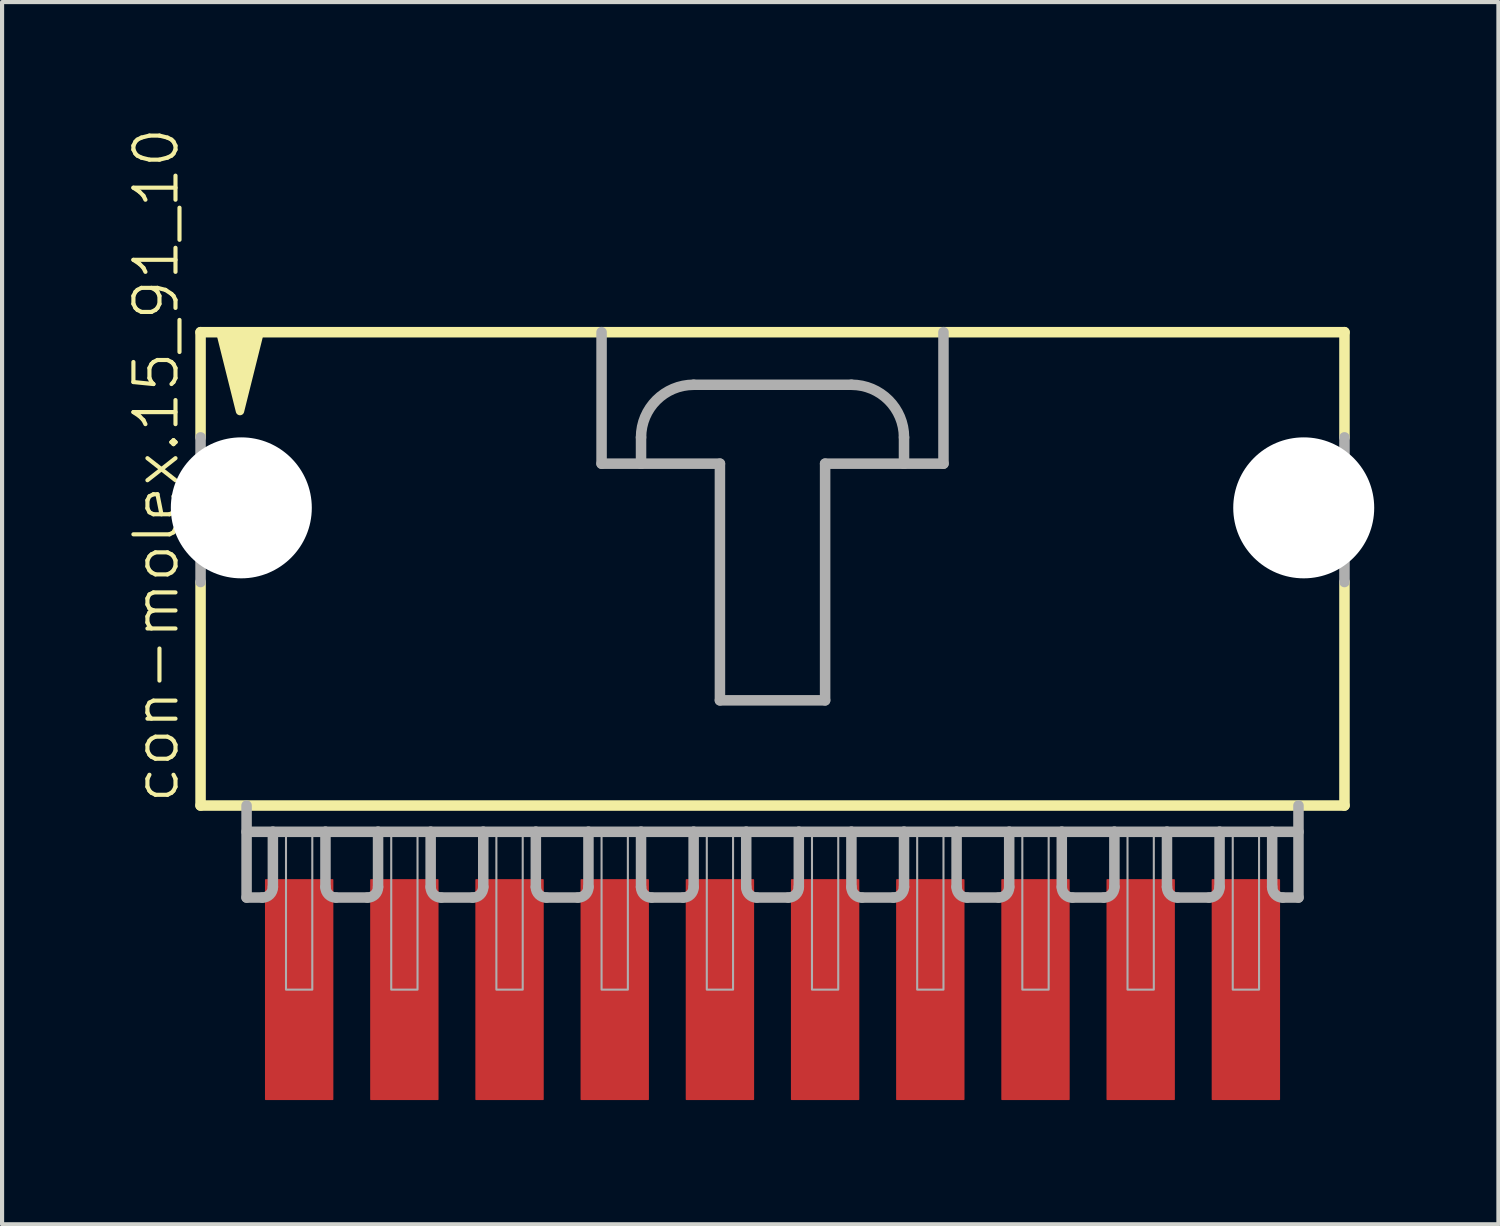
<source format=kicad_pcb>
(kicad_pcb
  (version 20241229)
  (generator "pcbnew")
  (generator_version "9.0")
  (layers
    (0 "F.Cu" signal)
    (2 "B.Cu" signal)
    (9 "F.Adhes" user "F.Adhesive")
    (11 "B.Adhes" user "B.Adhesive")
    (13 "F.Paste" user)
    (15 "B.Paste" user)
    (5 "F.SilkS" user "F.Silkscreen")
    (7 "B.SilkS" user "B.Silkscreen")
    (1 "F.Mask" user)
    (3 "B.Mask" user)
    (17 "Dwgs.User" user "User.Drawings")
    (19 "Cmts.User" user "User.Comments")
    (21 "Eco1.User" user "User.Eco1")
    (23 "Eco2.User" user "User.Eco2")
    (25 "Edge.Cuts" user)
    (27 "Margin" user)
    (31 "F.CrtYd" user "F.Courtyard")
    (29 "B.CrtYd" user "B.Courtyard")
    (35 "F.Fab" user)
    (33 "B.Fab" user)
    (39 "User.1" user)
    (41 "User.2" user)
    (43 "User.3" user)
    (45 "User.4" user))
  (footprint "con-molex.15_91_10"
    (layer "F.Cu")
    (at 15.604 10.051)
    (property "Reference" "con-molex.15_91_10" (at -14.287 6.35 90) (layer "F.SilkS") (effects (font (size 1.016 1.016) (thickness 0.1)) (justify left bottom)))
    (attr smd)
    (fp_line (start -13.811 -5.08) (end -13.811 -2.54) (stroke (width 0.254) (type default)) (layer "F.SilkS"))
    (fp_line (start -13.811 0.953) (end -13.811 6.35) (stroke (width 0.254) (type default)) (layer "F.SilkS"))
    (fp_line (start -13.811 6.35) (end 13.811 6.35) (stroke (width 0.254) (type default)) (layer "F.SilkS"))
    (fp_line (start 13.811 -5.08) (end -13.811 -5.08) (stroke (width 0.254) (type default)) (layer "F.SilkS"))
    (fp_line (start 13.811 -2.54) (end 13.811 -5.08) (stroke (width 0.254) (type default)) (layer "F.SilkS"))
    (fp_line (start 13.811 6.35) (end 13.811 0.953) (stroke (width 0.254) (type default)) (layer "F.SilkS"))
    (fp_poly (pts (xy -13.335 -5.08) (xy -12.859 -3.175) (xy -12.383 -5.08)) (stroke (width 0.203) (type default)) (fill yes) (layer "F.SilkS"))
    (fp_line (start -13.811 -2.54) (end -13.811 0.953) (stroke (width 0.254) (type default)) (layer "F.Fab"))
    (fp_line (start -12.7 6.35) (end -12.7 8.572) (stroke (width 0.254) (type default)) (layer "F.Fab"))
    (fp_line (start -12.7 6.985) (end -12.065 6.985) (stroke (width 0.254) (type default)) (layer "F.Fab"))
    (fp_line (start -12.319 8.572) (end -12.7 8.572) (stroke (width 0.254) (type default)) (layer "F.Fab"))
    (fp_line (start -12.065 6.985) (end -12.065 8.319) (stroke (width 0.254) (type default)) (layer "F.Fab"))
    (fp_line (start -12.065 6.985) (end -10.795 6.985) (stroke (width 0.254) (type default)) (layer "F.Fab"))
    (fp_line (start -10.795 6.985) (end -10.795 8.319) (stroke (width 0.254) (type default)) (layer "F.Fab"))
    (fp_line (start -10.795 6.985) (end -9.525 6.985) (stroke (width 0.254) (type default)) (layer "F.Fab"))
    (fp_line (start -9.779 8.572) (end -10.541 8.572) (stroke (width 0.254) (type default)) (layer "F.Fab"))
    (fp_line (start -9.525 6.985) (end -9.525 8.319) (stroke (width 0.254) (type default)) (layer "F.Fab"))
    (fp_line (start -9.525 6.985) (end -8.255 6.985) (stroke (width 0.254) (type default)) (layer "F.Fab"))
    (fp_line (start -8.255 6.985) (end -8.255 8.319) (stroke (width 0.254) (type default)) (layer "F.Fab"))
    (fp_line (start -8.255 6.985) (end -6.985 6.985) (stroke (width 0.254) (type default)) (layer "F.Fab"))
    (fp_line (start -7.239 8.572) (end -8.001 8.572) (stroke (width 0.254) (type default)) (layer "F.Fab"))
    (fp_line (start -6.985 6.985) (end -6.985 8.319) (stroke (width 0.254) (type default)) (layer "F.Fab"))
    (fp_line (start -6.985 6.985) (end -5.715 6.985) (stroke (width 0.254) (type default)) (layer "F.Fab"))
    (fp_line (start -5.715 6.985) (end -5.715 8.319) (stroke (width 0.254) (type default)) (layer "F.Fab"))
    (fp_line (start -5.715 6.985) (end -4.445 6.985) (stroke (width 0.254) (type default)) (layer "F.Fab"))
    (fp_line (start -4.699 8.572) (end -5.461 8.572) (stroke (width 0.254) (type default)) (layer "F.Fab"))
    (fp_line (start -4.445 6.985) (end -4.445 8.319) (stroke (width 0.254) (type default)) (layer "F.Fab"))
    (fp_line (start -4.445 6.985) (end -3.175 6.985) (stroke (width 0.254) (type default)) (layer "F.Fab"))
    (fp_line (start -4.128 -5.08) (end -4.128 -1.905) (stroke (width 0.254) (type default)) (layer "F.Fab"))
    (fp_line (start -4.128 -1.905) (end -3.175 -1.905) (stroke (width 0.254) (type default)) (layer "F.Fab"))
    (fp_line (start -3.175 -1.905) (end -3.175 -2.54) (stroke (width 0.254) (type default)) (layer "F.Fab"))
    (fp_line (start -3.175 -1.905) (end -1.27 -1.905) (stroke (width 0.254) (type default)) (layer "F.Fab"))
    (fp_line (start -3.175 6.985) (end -3.175 8.319) (stroke (width 0.254) (type default)) (layer "F.Fab"))
    (fp_line (start -3.175 6.985) (end -1.905 6.985) (stroke (width 0.254) (type default)) (layer "F.Fab"))
    (fp_line (start -2.159 8.572) (end -2.921 8.572) (stroke (width 0.254) (type default)) (layer "F.Fab"))
    (fp_line (start -1.905 -3.81) (end 1.905 -3.81) (stroke (width 0.254) (type default)) (layer "F.Fab"))
    (fp_line (start -1.905 6.985) (end -1.905 8.319) (stroke (width 0.254) (type default)) (layer "F.Fab"))
    (fp_line (start -1.905 6.985) (end -0.635 6.985) (stroke (width 0.254) (type default)) (layer "F.Fab"))
    (fp_line (start -1.27 -1.905) (end -1.27 3.81) (stroke (width 0.254) (type default)) (layer "F.Fab"))
    (fp_line (start -1.27 3.81) (end 1.27 3.81) (stroke (width 0.254) (type default)) (layer "F.Fab"))
    (fp_line (start -0.635 6.985) (end -0.635 8.319) (stroke (width 0.254) (type default)) (layer "F.Fab"))
    (fp_line (start -0.635 6.985) (end 0.635 6.985) (stroke (width 0.254) (type default)) (layer "F.Fab"))
    (fp_line (start 0.381 8.572) (end -0.381 8.572) (stroke (width 0.254) (type default)) (layer "F.Fab"))
    (fp_line (start 0.635 6.985) (end 0.635 8.319) (stroke (width 0.254) (type default)) (layer "F.Fab"))
    (fp_line (start 0.635 6.985) (end 1.905 6.985) (stroke (width 0.254) (type default)) (layer "F.Fab"))
    (fp_line (start 1.27 -1.905) (end 3.175 -1.905) (stroke (width 0.254) (type default)) (layer "F.Fab"))
    (fp_line (start 1.27 3.81) (end 1.27 -1.905) (stroke (width 0.254) (type default)) (layer "F.Fab"))
    (fp_line (start 1.905 6.985) (end 1.905 8.319) (stroke (width 0.254) (type default)) (layer "F.Fab"))
    (fp_line (start 1.905 6.985) (end 3.175 6.985) (stroke (width 0.254) (type default)) (layer "F.Fab"))
    (fp_line (start 2.921 8.572) (end 2.159 8.572) (stroke (width 0.254) (type default)) (layer "F.Fab"))
    (fp_line (start 3.175 -2.54) (end 3.175 -1.905) (stroke (width 0.254) (type default)) (layer "F.Fab"))
    (fp_line (start 3.175 -1.905) (end 4.128 -1.905) (stroke (width 0.254) (type default)) (layer "F.Fab"))
    (fp_line (start 3.175 6.985) (end 3.175 8.319) (stroke (width 0.254) (type default)) (layer "F.Fab"))
    (fp_line (start 3.175 6.985) (end 4.445 6.985) (stroke (width 0.254) (type default)) (layer "F.Fab"))
    (fp_line (start 4.128 -1.905) (end 4.128 -5.08) (stroke (width 0.254) (type default)) (layer "F.Fab"))
    (fp_line (start 4.445 6.985) (end 4.445 8.319) (stroke (width 0.254) (type default)) (layer "F.Fab"))
    (fp_line (start 4.445 6.985) (end 5.715 6.985) (stroke (width 0.254) (type default)) (layer "F.Fab"))
    (fp_line (start 5.461 8.572) (end 4.699 8.572) (stroke (width 0.254) (type default)) (layer "F.Fab"))
    (fp_line (start 5.715 6.985) (end 5.715 8.319) (stroke (width 0.254) (type default)) (layer "F.Fab"))
    (fp_line (start 5.715 6.985) (end 6.985 6.985) (stroke (width 0.254) (type default)) (layer "F.Fab"))
    (fp_line (start 6.985 6.985) (end 6.985 8.319) (stroke (width 0.254) (type default)) (layer "F.Fab"))
    (fp_line (start 6.985 6.985) (end 8.255 6.985) (stroke (width 0.254) (type default)) (layer "F.Fab"))
    (fp_line (start 8.001 8.572) (end 7.239 8.572) (stroke (width 0.254) (type default)) (layer "F.Fab"))
    (fp_line (start 8.255 6.985) (end 8.255 8.319) (stroke (width 0.254) (type default)) (layer "F.Fab"))
    (fp_line (start 8.255 6.985) (end 9.525 6.985) (stroke (width 0.254) (type default)) (layer "F.Fab"))
    (fp_line (start 9.525 6.985) (end 9.525 8.319) (stroke (width 0.254) (type default)) (layer "F.Fab"))
    (fp_line (start 9.525 6.985) (end 10.795 6.985) (stroke (width 0.254) (type default)) (layer "F.Fab"))
    (fp_line (start 10.541 8.572) (end 9.779 8.572) (stroke (width 0.254) (type default)) (layer "F.Fab"))
    (fp_line (start 10.795 6.985) (end 10.795 8.319) (stroke (width 0.254) (type default)) (layer "F.Fab"))
    (fp_line (start 10.795 6.985) (end 12.065 6.985) (stroke (width 0.254) (type default)) (layer "F.Fab"))
    (fp_line (start 12.065 6.985) (end 12.065 8.319) (stroke (width 0.254) (type default)) (layer "F.Fab"))
    (fp_line (start 12.065 6.985) (end 12.7 6.985) (stroke (width 0.254) (type default)) (layer "F.Fab"))
    (fp_line (start 12.319 8.572) (end 12.7 8.572) (stroke (width 0.254) (type default)) (layer "F.Fab"))
    (fp_line (start 12.7 8.572) (end 12.7 6.35) (stroke (width 0.254) (type default)) (layer "F.Fab"))
    (fp_line (start 13.811 -2.54) (end 13.811 0.953) (stroke (width 0.254) (type default)) (layer "F.Fab"))
    (fp_rect (start -11.748 10.795) (end -11.113 6.985) (stroke (width 0.05) (type default)) (fill no) (layer "F.Fab"))
    (fp_rect (start -9.207 10.795) (end -8.572 6.985) (stroke (width 0.05) (type default)) (fill no) (layer "F.Fab"))
    (fp_rect (start -6.668 10.795) (end -6.032 6.985) (stroke (width 0.05) (type default)) (fill no) (layer "F.Fab"))
    (fp_rect (start -4.128 10.795) (end -3.493 6.985) (stroke (width 0.05) (type default)) (fill no) (layer "F.Fab"))
    (fp_rect (start -1.587 10.795) (end -0.953 6.985) (stroke (width 0.05) (type default)) (fill no) (layer "F.Fab"))
    (fp_rect (start 0.953 10.795) (end 1.587 6.985) (stroke (width 0.05) (type default)) (fill no) (layer "F.Fab"))
    (fp_rect (start 3.493 10.795) (end 4.128 6.985) (stroke (width 0.05) (type default)) (fill no) (layer "F.Fab"))
    (fp_rect (start 6.032 10.795) (end 6.668 6.985) (stroke (width 0.05) (type default)) (fill no) (layer "F.Fab"))
    (fp_rect (start 8.572 10.795) (end 9.207 6.985) (stroke (width 0.05) (type default)) (fill no) (layer "F.Fab"))
    (fp_rect (start 11.113 10.795) (end 11.748 6.985) (stroke (width 0.05) (type default)) (fill no) (layer "F.Fab"))
    (fp_arc (start -12.065 8.3185) (mid -12.139395 8.498105) (end -12.319 8.5725) (stroke (width 0.254) (type default)) (layer "F.Fab"))
    (fp_arc (start -10.541 8.5725) (mid -10.720605 8.498105) (end -10.795 8.3185) (stroke (width 0.254) (type default)) (layer "F.Fab"))
    (fp_arc (start -9.525 8.3185) (mid -9.599395 8.498105) (end -9.779 8.5725) (stroke (width 0.254) (type default)) (layer "F.Fab"))
    (fp_arc (start -8.001 8.5725) (mid -8.180605 8.498105) (end -8.255 8.3185) (stroke (width 0.254) (type default)) (layer "F.Fab"))
    (fp_arc (start -6.985 8.3185) (mid -7.059395 8.498105) (end -7.239 8.5725) (stroke (width 0.254) (type default)) (layer "F.Fab"))
    (fp_arc (start -5.461 8.5725) (mid -5.640605 8.498105) (end -5.715 8.3185) (stroke (width 0.254) (type default)) (layer "F.Fab"))
    (fp_arc (start -4.445 8.3185) (mid -4.519395 8.498105) (end -4.699 8.5725) (stroke (width 0.254) (type default)) (layer "F.Fab"))
    (fp_arc (start -3.175 -2.54) (mid -2.803026 -3.438026) (end -1.905 -3.81) (stroke (width 0.254) (type default)) (layer "F.Fab"))
    (fp_arc (start -2.921 8.5725) (mid -3.100605 8.498105) (end -3.175 8.3185) (stroke (width 0.254) (type default)) (layer "F.Fab"))
    (fp_arc (start -1.905 8.3185) (mid -1.979395 8.498105) (end -2.159 8.5725) (stroke (width 0.254) (type default)) (layer "F.Fab"))
    (fp_arc (start -0.381 8.5725) (mid -0.560605 8.498105) (end -0.635 8.3185) (stroke (width 0.254) (type default)) (layer "F.Fab"))
    (fp_arc (start 0.635 8.3185) (mid 0.560605 8.498105) (end 0.381 8.5725) (stroke (width 0.254) (type default)) (layer "F.Fab"))
    (fp_arc (start 1.905 -3.81) (mid 2.803026 -3.438026) (end 3.175 -2.54) (stroke (width 0.254) (type default)) (layer "F.Fab"))
    (fp_arc (start 2.159 8.5725) (mid 1.979395 8.498105) (end 1.905 8.3185) (stroke (width 0.254) (type default)) (layer "F.Fab"))
    (fp_arc (start 3.175 8.3185) (mid 3.100605 8.498105) (end 2.921 8.5725) (stroke (width 0.254) (type default)) (layer "F.Fab"))
    (fp_arc (start 4.699 8.5725) (mid 4.519395 8.498105) (end 4.445 8.3185) (stroke (width 0.254) (type default)) (layer "F.Fab"))
    (fp_arc (start 5.715 8.3185) (mid 5.640605 8.498105) (end 5.461 8.5725) (stroke (width 0.254) (type default)) (layer "F.Fab"))
    (fp_arc (start 7.239 8.5725) (mid 7.059395 8.498105) (end 6.985 8.3185) (stroke (width 0.254) (type default)) (layer "F.Fab"))
    (fp_arc (start 8.255 8.3185) (mid 8.180605 8.498105) (end 8.001 8.5725) (stroke (width 0.254) (type default)) (layer "F.Fab"))
    (fp_arc (start 9.779 8.5725) (mid 9.599395 8.498105) (end 9.525 8.3185) (stroke (width 0.254) (type default)) (layer "F.Fab"))
    (fp_arc (start 10.795 8.3185) (mid 10.720605 8.498105) (end 10.541 8.5725) (stroke (width 0.254) (type default)) (layer "F.Fab"))
    (fp_arc (start 12.319 8.5725) (mid 12.139395 8.498105) (end 12.065 8.3185) (stroke (width 0.254) (type default)) (layer "F.Fab"))
    (pad "" np_thru_hole circle (at -12.827 -0.838) (size 3.404 3.404) (drill 3.404) (layers "*.Cu" "*.Mask"))
    (pad "" np_thru_hole circle (at 12.827 -0.838) (size 3.404 3.404) (drill 3.404) (layers "*.Cu" "*.Mask"))
    (pad "1" smd roundrect (at -11.43 10.795 90) (size 5.334 1.651) (layers "F.Cu" "F.Mask" "F.Paste") (roundrect_rratio 0.01))
    (pad "2" smd roundrect (at -8.89 10.795 90) (size 5.334 1.651) (layers "F.Cu" "F.Mask" "F.Paste") (roundrect_rratio 0.01))
    (pad "3" smd roundrect (at -6.35 10.795 90) (size 5.334 1.651) (layers "F.Cu" "F.Mask" "F.Paste") (roundrect_rratio 0.01))
    (pad "4" smd roundrect (at -3.81 10.795 90) (size 5.334 1.651) (layers "F.Cu" "F.Mask" "F.Paste") (roundrect_rratio 0.01))
    (pad "5" smd roundrect (at -1.27 10.795 90) (size 5.334 1.651) (layers "F.Cu" "F.Mask" "F.Paste") (roundrect_rratio 0.01))
    (pad "6" smd roundrect (at 1.27 10.795 90) (size 5.334 1.651) (layers "F.Cu" "F.Mask" "F.Paste") (roundrect_rratio 0.01))
    (pad "7" smd roundrect (at 3.81 10.795 90) (size 5.334 1.651) (layers "F.Cu" "F.Mask" "F.Paste") (roundrect_rratio 0.01))
    (pad "8" smd roundrect (at 6.35 10.795 90) (size 5.334 1.651) (layers "F.Cu" "F.Mask" "F.Paste") (roundrect_rratio 0.01))
    (pad "9" smd roundrect (at 8.89 10.795 90) (size 5.334 1.651) (layers "F.Cu" "F.Mask" "F.Paste") (roundrect_rratio 0.01))
    (pad "10" smd roundrect (at 11.43 10.795 90) (size 5.334 1.651) (layers "F.Cu" "F.Mask" "F.Paste") (roundrect_rratio 0.01)))
  (gr_rect
    (start -3 -3)
    (end 33.132 26.513)
    (stroke (width 0.1) (type default))
    (fill no)
    (layer "Edge.Cuts")))
</source>
